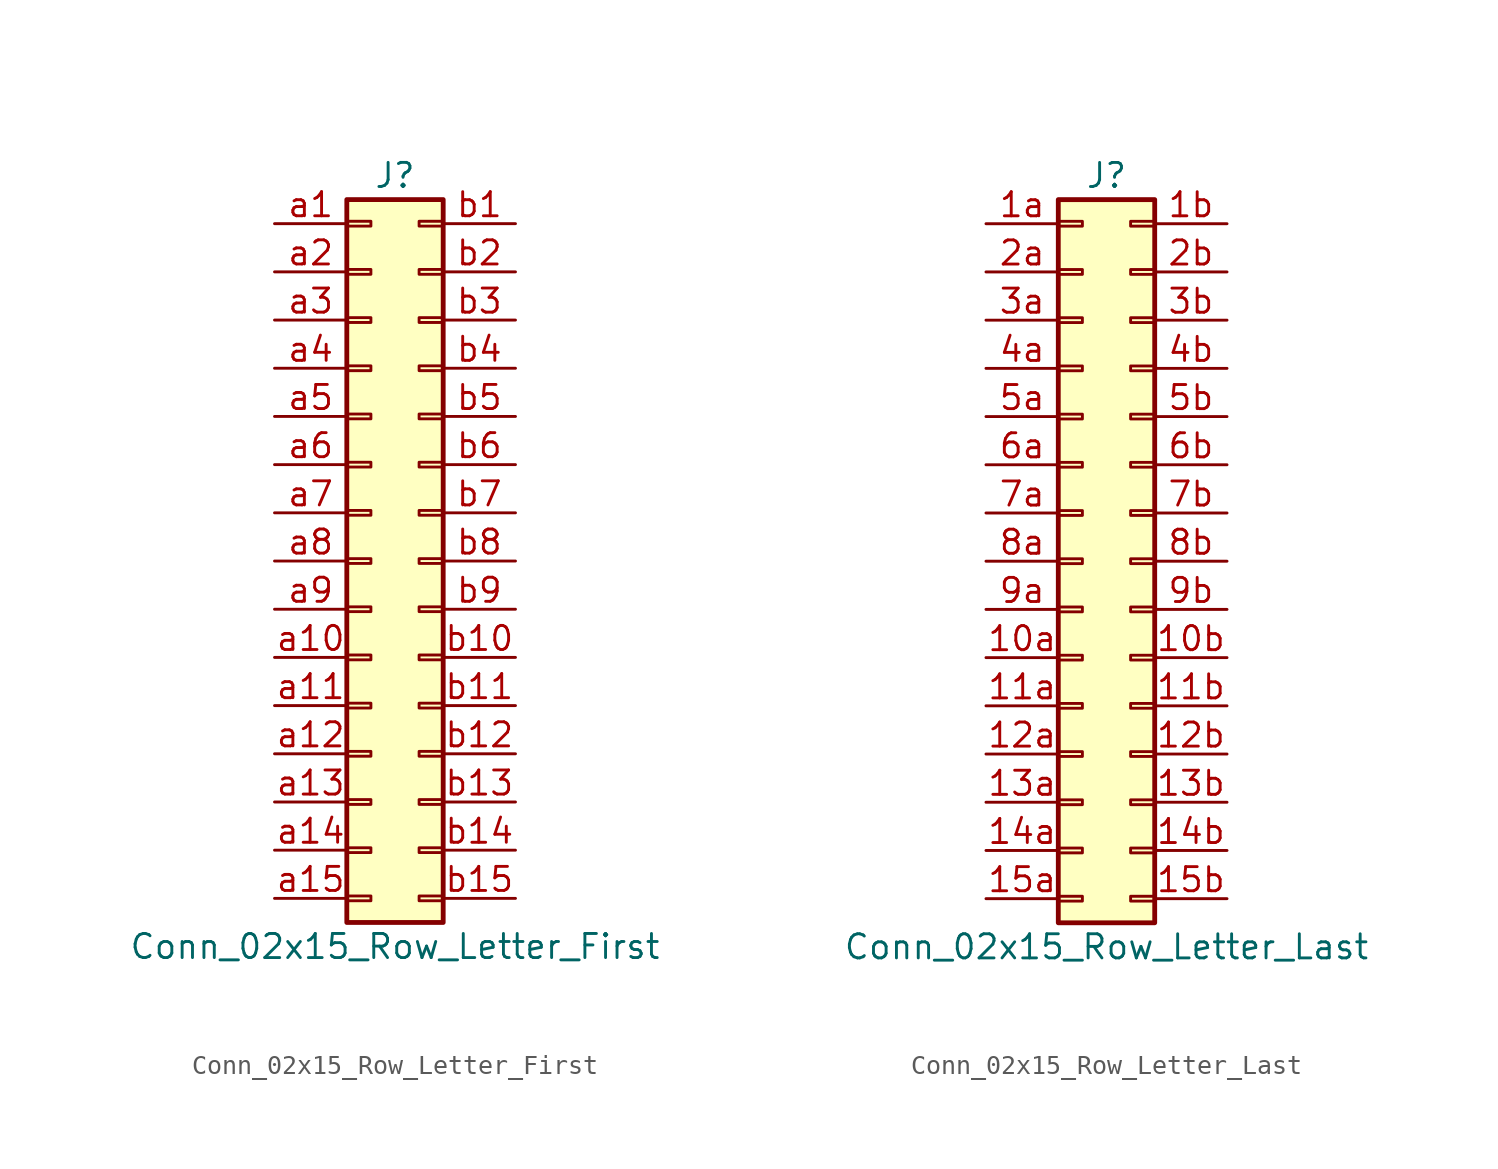
<source format=kicad_sym>
(kicad_symbol_lib
  (version 20220914)
  (generator kicad_symbol_editor)
  (symbol "Conn_02x15_Row_Letter_First"
    (pin_names
      (offset 1.016) hide)
    (property "Reference" "J"
      (at 1.27 20.32 0)
      (effects (font (size 1.27 1.27))))
    (property "Value" "Conn_02x15_Row_Letter_First"
      (at 1.27 -20.32 0)
      (effects (font (size 1.27 1.27))))
    (symbol "Conn_02x15_Row_Letter_First_1_1"
      (rectangle (start -1.27 -17.653) (end 0 -17.907) (stroke (width 0.152) (type solid)) (fill (type none)))
      (rectangle (start -1.27 -15.113) (end 0 -15.367) (stroke (width 0.152) (type solid)) (fill (type none)))
      (rectangle (start -1.27 -12.573) (end 0 -12.827) (stroke (width 0.152) (type solid)) (fill (type none)))
      (rectangle (start -1.27 -10.033) (end 0 -10.287) (stroke (width 0.152) (type solid)) (fill (type none)))
      (rectangle (start -1.27 -7.493) (end 0 -7.747) (stroke (width 0.152) (type solid)) (fill (type none)))
      (rectangle (start -1.27 -4.953) (end 0 -5.207) (stroke (width 0.152) (type solid)) (fill (type none)))
      (rectangle (start -1.27 -2.413) (end 0 -2.667) (stroke (width 0.152) (type solid)) (fill (type none)))
      (rectangle (start -1.27 0.127) (end 0 -0.127) (stroke (width 0.152) (type solid)) (fill (type none)))
      (rectangle (start -1.27 2.667) (end 0 2.413) (stroke (width 0.152) (type solid)) (fill (type none)))
      (rectangle (start -1.27 5.207) (end 0 4.953) (stroke (width 0.152) (type solid)) (fill (type none)))
      (rectangle (start -1.27 7.747) (end 0 7.493) (stroke (width 0.152) (type solid)) (fill (type none)))
      (rectangle (start -1.27 10.287) (end 0 10.033) (stroke (width 0.152) (type solid)) (fill (type none)))
      (rectangle (start -1.27 12.827) (end 0 12.573) (stroke (width 0.152) (type solid)) (fill (type none)))
      (rectangle (start -1.27 15.367) (end 0 15.113) (stroke (width 0.152) (type solid)) (fill (type none)))
      (rectangle (start -1.27 17.907) (end 0 17.653) (stroke (width 0.152) (type solid)) (fill (type none)))
      (rectangle (start -1.27 19.05) (end 3.81 -19.05) (stroke (width 0.254) (type solid)) (fill (type background)))
      (rectangle (start 3.81 -17.653) (end 2.54 -17.907) (stroke (width 0.152) (type solid)) (fill (type none)))
      (rectangle (start 3.81 -15.113) (end 2.54 -15.367) (stroke (width 0.152) (type solid)) (fill (type none)))
      (rectangle (start 3.81 -12.573) (end 2.54 -12.827) (stroke (width 0.152) (type solid)) (fill (type none)))
      (rectangle (start 3.81 -10.033) (end 2.54 -10.287) (stroke (width 0.152) (type solid)) (fill (type none)))
      (rectangle (start 3.81 -7.493) (end 2.54 -7.747) (stroke (width 0.152) (type solid)) (fill (type none)))
      (rectangle (start 3.81 -4.953) (end 2.54 -5.207) (stroke (width 0.152) (type solid)) (fill (type none)))
      (rectangle (start 3.81 -2.413) (end 2.54 -2.667) (stroke (width 0.152) (type solid)) (fill (type none)))
      (rectangle (start 3.81 0.127) (end 2.54 -0.127) (stroke (width 0.152) (type solid)) (fill (type none)))
      (rectangle (start 3.81 2.667) (end 2.54 2.413) (stroke (width 0.152) (type solid)) (fill (type none)))
      (rectangle (start 3.81 5.207) (end 2.54 4.953) (stroke (width 0.152) (type solid)) (fill (type none)))
      (rectangle (start 3.81 7.747) (end 2.54 7.493) (stroke (width 0.152) (type solid)) (fill (type none)))
      (rectangle (start 3.81 10.287) (end 2.54 10.033) (stroke (width 0.152) (type solid)) (fill (type none)))
      (rectangle (start 3.81 12.827) (end 2.54 12.573) (stroke (width 0.152) (type solid)) (fill (type none)))
      (rectangle (start 3.81 15.367) (end 2.54 15.113) (stroke (width 0.152) (type solid)) (fill (type none)))
      (rectangle (start 3.81 17.907) (end 2.54 17.653) (stroke (width 0.152) (type solid)) (fill (type none)))
      (pin passive line (at -5.08 17.78 0) (length 3.81) (name "Pin_a1" (effects (font (size 1.27 1.27)))) (number "a1" (effects (font (size 1.27 1.27)))))
      (pin passive line (at -5.08 -5.08 0) (length 3.81) (name "Pin_a10" (effects (font (size 1.27 1.27)))) (number "a10" (effects (font (size 1.27 1.27)))))
      (pin passive line (at -5.08 -7.62 0) (length 3.81) (name "Pin_a11" (effects (font (size 1.27 1.27)))) (number "a11" (effects (font (size 1.27 1.27)))))
      (pin passive line (at -5.08 -10.16 0) (length 3.81) (name "Pin_a12" (effects (font (size 1.27 1.27)))) (number "a12" (effects (font (size 1.27 1.27)))))
      (pin passive line (at -5.08 -12.7 0) (length 3.81) (name "Pin_a13" (effects (font (size 1.27 1.27)))) (number "a13" (effects (font (size 1.27 1.27)))))
      (pin passive line (at -5.08 -15.24 0) (length 3.81) (name "Pin_a14" (effects (font (size 1.27 1.27)))) (number "a14" (effects (font (size 1.27 1.27)))))
      (pin passive line (at -5.08 -17.78 0) (length 3.81) (name "Pin_a15" (effects (font (size 1.27 1.27)))) (number "a15" (effects (font (size 1.27 1.27)))))
      (pin passive line (at -5.08 15.24 0) (length 3.81) (name "Pin_a2" (effects (font (size 1.27 1.27)))) (number "a2" (effects (font (size 1.27 1.27)))))
      (pin passive line (at -5.08 12.7 0) (length 3.81) (name "Pin_a3" (effects (font (size 1.27 1.27)))) (number "a3" (effects (font (size 1.27 1.27)))))
      (pin passive line (at -5.08 10.16 0) (length 3.81) (name "Pin_a4" (effects (font (size 1.27 1.27)))) (number "a4" (effects (font (size 1.27 1.27)))))
      (pin passive line (at -5.08 7.62 0) (length 3.81) (name "Pin_a5" (effects (font (size 1.27 1.27)))) (number "a5" (effects (font (size 1.27 1.27)))))
      (pin passive line (at -5.08 5.08 0) (length 3.81) (name "Pin_a6" (effects (font (size 1.27 1.27)))) (number "a6" (effects (font (size 1.27 1.27)))))
      (pin passive line (at -5.08 2.54 0) (length 3.81) (name "Pin_a7" (effects (font (size 1.27 1.27)))) (number "a7" (effects (font (size 1.27 1.27)))))
      (pin passive line (at -5.08 0 0) (length 3.81) (name "Pin_a8" (effects (font (size 1.27 1.27)))) (number "a8" (effects (font (size 1.27 1.27)))))
      (pin passive line (at -5.08 -2.54 0) (length 3.81) (name "Pin_a9" (effects (font (size 1.27 1.27)))) (number "a9" (effects (font (size 1.27 1.27)))))
      (pin passive line (at 7.62 17.78 180) (length 3.81) (name "Pin_b1" (effects (font (size 1.27 1.27)))) (number "b1" (effects (font (size 1.27 1.27)))))
      (pin passive line (at 7.62 -5.08 180) (length 3.81) (name "Pin_b10" (effects (font (size 1.27 1.27)))) (number "b10" (effects (font (size 1.27 1.27)))))
      (pin passive line (at 7.62 -7.62 180) (length 3.81) (name "Pin_b11" (effects (font (size 1.27 1.27)))) (number "b11" (effects (font (size 1.27 1.27)))))
      (pin passive line (at 7.62 -10.16 180) (length 3.81) (name "Pin_b12" (effects (font (size 1.27 1.27)))) (number "b12" (effects (font (size 1.27 1.27)))))
      (pin passive line (at 7.62 -12.7 180) (length 3.81) (name "Pin_b13" (effects (font (size 1.27 1.27)))) (number "b13" (effects (font (size 1.27 1.27)))))
      (pin passive line (at 7.62 -15.24 180) (length 3.81) (name "Pin_b14" (effects (font (size 1.27 1.27)))) (number "b14" (effects (font (size 1.27 1.27)))))
      (pin passive line (at 7.62 -17.78 180) (length 3.81) (name "Pin_b15" (effects (font (size 1.27 1.27)))) (number "b15" (effects (font (size 1.27 1.27)))))
      (pin passive line (at 7.62 15.24 180) (length 3.81) (name "Pin_b2" (effects (font (size 1.27 1.27)))) (number "b2" (effects (font (size 1.27 1.27)))))
      (pin passive line (at 7.62 12.7 180) (length 3.81) (name "Pin_b3" (effects (font (size 1.27 1.27)))) (number "b3" (effects (font (size 1.27 1.27)))))
      (pin passive line (at 7.62 10.16 180) (length 3.81) (name "Pin_b4" (effects (font (size 1.27 1.27)))) (number "b4" (effects (font (size 1.27 1.27)))))
      (pin passive line (at 7.62 7.62 180) (length 3.81) (name "Pin_b5" (effects (font (size 1.27 1.27)))) (number "b5" (effects (font (size 1.27 1.27)))))
      (pin passive line (at 7.62 5.08 180) (length 3.81) (name "Pin_b6" (effects (font (size 1.27 1.27)))) (number "b6" (effects (font (size 1.27 1.27)))))
      (pin passive line (at 7.62 2.54 180) (length 3.81) (name "Pin_b7" (effects (font (size 1.27 1.27)))) (number "b7" (effects (font (size 1.27 1.27)))))
      (pin passive line (at 7.62 0 180) (length 3.81) (name "Pin_b8" (effects (font (size 1.27 1.27)))) (number "b8" (effects (font (size 1.27 1.27)))))
      (pin passive line (at 7.62 -2.54 180) (length 3.81) (name "Pin_b9" (effects (font (size 1.27 1.27)))) (number "b9" (effects (font (size 1.27 1.27)))))))
  (symbol "Conn_02x15_Row_Letter_Last"
    (pin_names
      (offset 1.016) hide)
    (property "Reference" "J"
      (at 1.27 20.32 0)
      (effects (font (size 1.27 1.27))))
    (property "Value" "Conn_02x15_Row_Letter_Last"
      (at 1.27 -20.32 0)
      (effects (font (size 1.27 1.27))))
    (symbol "Conn_02x15_Row_Letter_Last_1_1"
      (rectangle (start -1.27 -17.653) (end 0 -17.907) (stroke (width 0.152) (type solid)) (fill (type none)))
      (rectangle (start -1.27 -15.113) (end 0 -15.367) (stroke (width 0.152) (type solid)) (fill (type none)))
      (rectangle (start -1.27 -12.573) (end 0 -12.827) (stroke (width 0.152) (type solid)) (fill (type none)))
      (rectangle (start -1.27 -10.033) (end 0 -10.287) (stroke (width 0.152) (type solid)) (fill (type none)))
      (rectangle (start -1.27 -7.493) (end 0 -7.747) (stroke (width 0.152) (type solid)) (fill (type none)))
      (rectangle (start -1.27 -4.953) (end 0 -5.207) (stroke (width 0.152) (type solid)) (fill (type none)))
      (rectangle (start -1.27 -2.413) (end 0 -2.667) (stroke (width 0.152) (type solid)) (fill (type none)))
      (rectangle (start -1.27 0.127) (end 0 -0.127) (stroke (width 0.152) (type solid)) (fill (type none)))
      (rectangle (start -1.27 2.667) (end 0 2.413) (stroke (width 0.152) (type solid)) (fill (type none)))
      (rectangle (start -1.27 5.207) (end 0 4.953) (stroke (width 0.152) (type solid)) (fill (type none)))
      (rectangle (start -1.27 7.747) (end 0 7.493) (stroke (width 0.152) (type solid)) (fill (type none)))
      (rectangle (start -1.27 10.287) (end 0 10.033) (stroke (width 0.152) (type solid)) (fill (type none)))
      (rectangle (start -1.27 12.827) (end 0 12.573) (stroke (width 0.152) (type solid)) (fill (type none)))
      (rectangle (start -1.27 15.367) (end 0 15.113) (stroke (width 0.152) (type solid)) (fill (type none)))
      (rectangle (start -1.27 17.907) (end 0 17.653) (stroke (width 0.152) (type solid)) (fill (type none)))
      (rectangle (start -1.27 19.05) (end 3.81 -19.05) (stroke (width 0.254) (type solid)) (fill (type background)))
      (rectangle (start 3.81 -17.653) (end 2.54 -17.907) (stroke (width 0.152) (type solid)) (fill (type none)))
      (rectangle (start 3.81 -15.113) (end 2.54 -15.367) (stroke (width 0.152) (type solid)) (fill (type none)))
      (rectangle (start 3.81 -12.573) (end 2.54 -12.827) (stroke (width 0.152) (type solid)) (fill (type none)))
      (rectangle (start 3.81 -10.033) (end 2.54 -10.287) (stroke (width 0.152) (type solid)) (fill (type none)))
      (rectangle (start 3.81 -7.493) (end 2.54 -7.747) (stroke (width 0.152) (type solid)) (fill (type none)))
      (rectangle (start 3.81 -4.953) (end 2.54 -5.207) (stroke (width 0.152) (type solid)) (fill (type none)))
      (rectangle (start 3.81 -2.413) (end 2.54 -2.667) (stroke (width 0.152) (type solid)) (fill (type none)))
      (rectangle (start 3.81 0.127) (end 2.54 -0.127) (stroke (width 0.152) (type solid)) (fill (type none)))
      (rectangle (start 3.81 2.667) (end 2.54 2.413) (stroke (width 0.152) (type solid)) (fill (type none)))
      (rectangle (start 3.81 5.207) (end 2.54 4.953) (stroke (width 0.152) (type solid)) (fill (type none)))
      (rectangle (start 3.81 7.747) (end 2.54 7.493) (stroke (width 0.152) (type solid)) (fill (type none)))
      (rectangle (start 3.81 10.287) (end 2.54 10.033) (stroke (width 0.152) (type solid)) (fill (type none)))
      (rectangle (start 3.81 12.827) (end 2.54 12.573) (stroke (width 0.152) (type solid)) (fill (type none)))
      (rectangle (start 3.81 15.367) (end 2.54 15.113) (stroke (width 0.152) (type solid)) (fill (type none)))
      (rectangle (start 3.81 17.907) (end 2.54 17.653) (stroke (width 0.152) (type solid)) (fill (type none)))
      (pin passive line (at -5.08 -5.08 0) (length 3.81) (name "Pin_10a" (effects (font (size 1.27 1.27)))) (number "10a" (effects (font (size 1.27 1.27)))))
      (pin passive line (at 7.62 -5.08 180) (length 3.81) (name "Pin_10b" (effects (font (size 1.27 1.27)))) (number "10b" (effects (font (size 1.27 1.27)))))
      (pin passive line (at -5.08 -7.62 0) (length 3.81) (name "Pin_11a" (effects (font (size 1.27 1.27)))) (number "11a" (effects (font (size 1.27 1.27)))))
      (pin passive line (at 7.62 -7.62 180) (length 3.81) (name "Pin_11b" (effects (font (size 1.27 1.27)))) (number "11b" (effects (font (size 1.27 1.27)))))
      (pin passive line (at -5.08 -10.16 0) (length 3.81) (name "Pin_12a" (effects (font (size 1.27 1.27)))) (number "12a" (effects (font (size 1.27 1.27)))))
      (pin passive line (at 7.62 -10.16 180) (length 3.81) (name "Pin_12b" (effects (font (size 1.27 1.27)))) (number "12b" (effects (font (size 1.27 1.27)))))
      (pin passive line (at -5.08 -12.7 0) (length 3.81) (name "Pin_13a" (effects (font (size 1.27 1.27)))) (number "13a" (effects (font (size 1.27 1.27)))))
      (pin passive line (at 7.62 -12.7 180) (length 3.81) (name "Pin_13b" (effects (font (size 1.27 1.27)))) (number "13b" (effects (font (size 1.27 1.27)))))
      (pin passive line (at -5.08 -15.24 0) (length 3.81) (name "Pin_14a" (effects (font (size 1.27 1.27)))) (number "14a" (effects (font (size 1.27 1.27)))))
      (pin passive line (at 7.62 -15.24 180) (length 3.81) (name "Pin_14b" (effects (font (size 1.27 1.27)))) (number "14b" (effects (font (size 1.27 1.27)))))
      (pin passive line (at -5.08 -17.78 0) (length 3.81) (name "Pin_15a" (effects (font (size 1.27 1.27)))) (number "15a" (effects (font (size 1.27 1.27)))))
      (pin passive line (at 7.62 -17.78 180) (length 3.81) (name "Pin_15b" (effects (font (size 1.27 1.27)))) (number "15b" (effects (font (size 1.27 1.27)))))
      (pin passive line (at -5.08 17.78 0) (length 3.81) (name "Pin_1a" (effects (font (size 1.27 1.27)))) (number "1a" (effects (font (size 1.27 1.27)))))
      (pin passive line (at 7.62 17.78 180) (length 3.81) (name "Pin_1b" (effects (font (size 1.27 1.27)))) (number "1b" (effects (font (size 1.27 1.27)))))
      (pin passive line (at -5.08 15.24 0) (length 3.81) (name "Pin_2a" (effects (font (size 1.27 1.27)))) (number "2a" (effects (font (size 1.27 1.27)))))
      (pin passive line (at 7.62 15.24 180) (length 3.81) (name "Pin_2b" (effects (font (size 1.27 1.27)))) (number "2b" (effects (font (size 1.27 1.27)))))
      (pin passive line (at -5.08 12.7 0) (length 3.81) (name "Pin_3a" (effects (font (size 1.27 1.27)))) (number "3a" (effects (font (size 1.27 1.27)))))
      (pin passive line (at 7.62 12.7 180) (length 3.81) (name "Pin_3b" (effects (font (size 1.27 1.27)))) (number "3b" (effects (font (size 1.27 1.27)))))
      (pin passive line (at -5.08 10.16 0) (length 3.81) (name "Pin_4a" (effects (font (size 1.27 1.27)))) (number "4a" (effects (font (size 1.27 1.27)))))
      (pin passive line (at 7.62 10.16 180) (length 3.81) (name "Pin_4b" (effects (font (size 1.27 1.27)))) (number "4b" (effects (font (size 1.27 1.27)))))
      (pin passive line (at -5.08 7.62 0) (length 3.81) (name "Pin_5a" (effects (font (size 1.27 1.27)))) (number "5a" (effects (font (size 1.27 1.27)))))
      (pin passive line (at 7.62 7.62 180) (length 3.81) (name "Pin_5b" (effects (font (size 1.27 1.27)))) (number "5b" (effects (font (size 1.27 1.27)))))
      (pin passive line (at -5.08 5.08 0) (length 3.81) (name "Pin_6a" (effects (font (size 1.27 1.27)))) (number "6a" (effects (font (size 1.27 1.27)))))
      (pin passive line (at 7.62 5.08 180) (length 3.81) (name "Pin_6b" (effects (font (size 1.27 1.27)))) (number "6b" (effects (font (size 1.27 1.27)))))
      (pin passive line (at -5.08 2.54 0) (length 3.81) (name "Pin_7a" (effects (font (size 1.27 1.27)))) (number "7a" (effects (font (size 1.27 1.27)))))
      (pin passive line (at 7.62 2.54 180) (length 3.81) (name "Pin_7b" (effects (font (size 1.27 1.27)))) (number "7b" (effects (font (size 1.27 1.27)))))
      (pin passive line (at -5.08 0 0) (length 3.81) (name "Pin_8a" (effects (font (size 1.27 1.27)))) (number "8a" (effects (font (size 1.27 1.27)))))
      (pin passive line (at 7.62 0 180) (length 3.81) (name "Pin_8b" (effects (font (size 1.27 1.27)))) (number "8b" (effects (font (size 1.27 1.27)))))
      (pin passive line (at -5.08 -2.54 0) (length 3.81) (name "Pin_9a" (effects (font (size 1.27 1.27)))) (number "9a" (effects (font (size 1.27 1.27)))))
      (pin passive line (at 7.62 -2.54 180) (length 3.81) (name "Pin_9b" (effects (font (size 1.27 1.27)))) (number "9b" (effects (font (size 1.27 1.27))))))))
</source>
